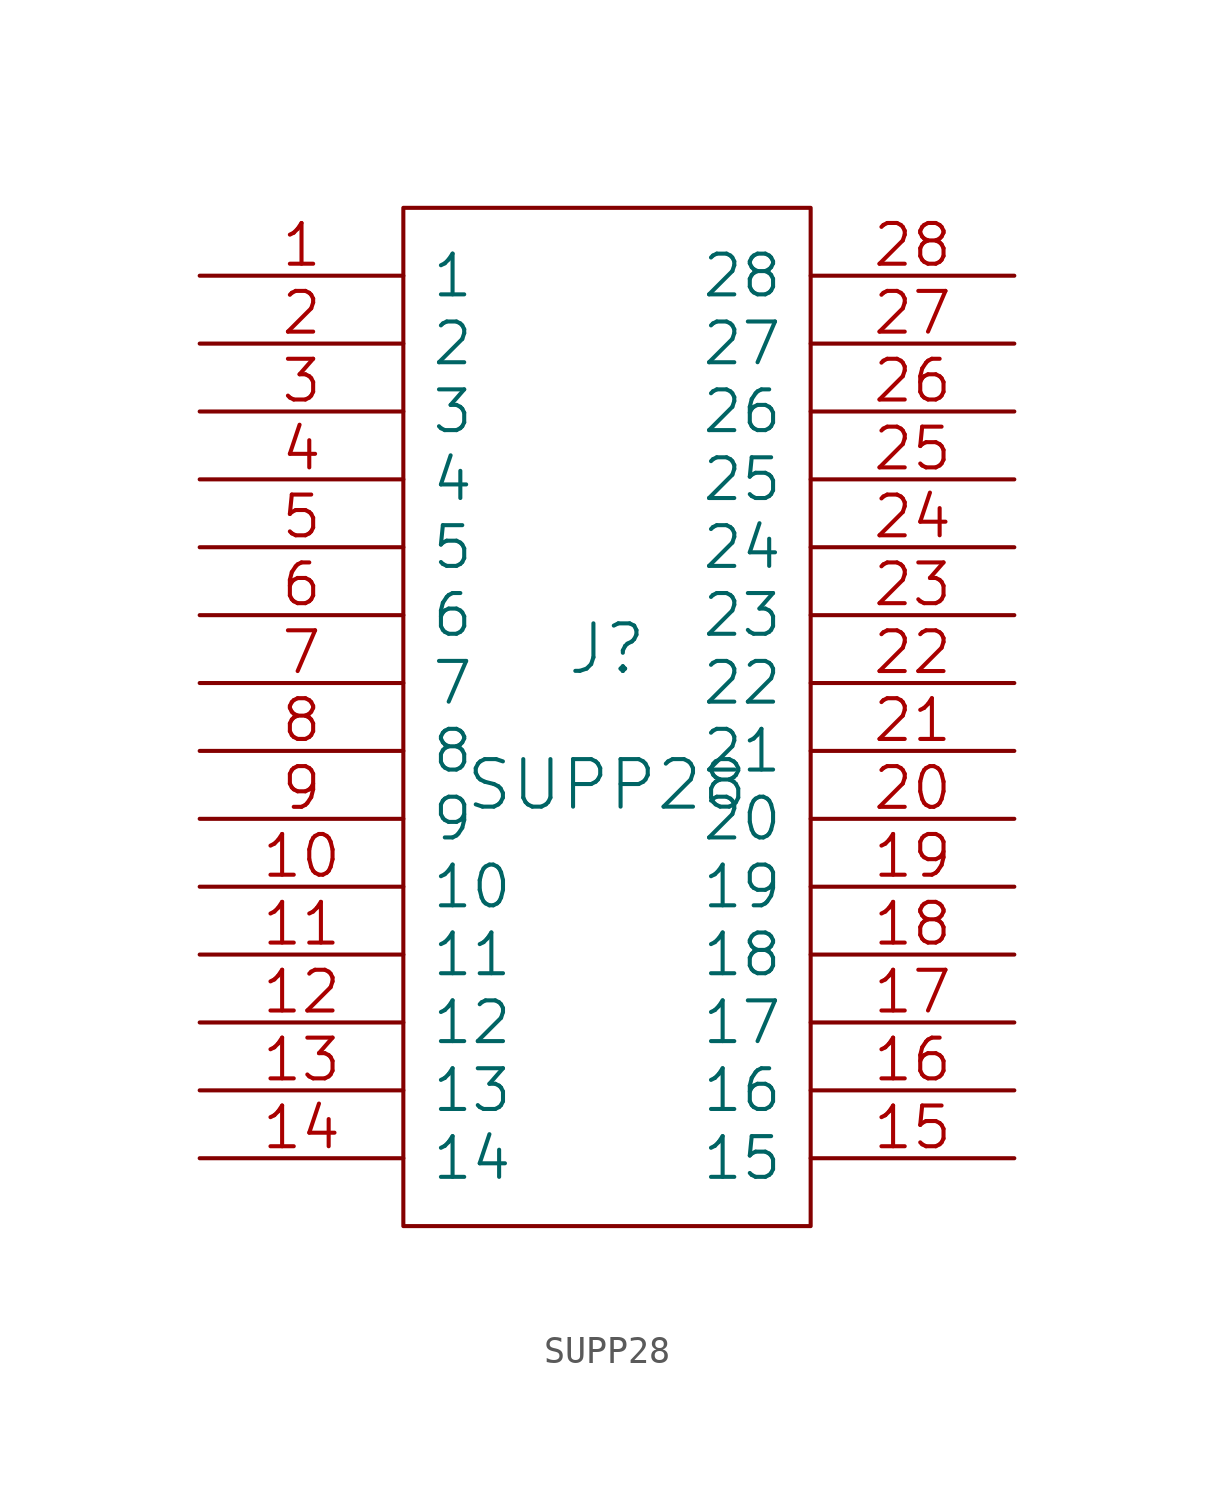
<source format=kicad_sym>
(kicad_symbol_lib
  (version 20230620)
  (generator kicad_symbol_editor)
  (symbol "SUPP28"
    (pin_names
      (offset 1.016))
    (property "Reference" "J"
      (at 0 2.54 0)
      (effects (font (size 1.778 1.778))))
    (property "Value" "SUPP28"
      (at 0 -2.54 0)
      (effects (font (size 1.778 1.778))))
    (property "Footprint" ""
      (at 0 0 0)
      (effects (font (size 1.524 1.524))))
    (property "Datasheet" ""
      (at 0 0 0)
      (effects (font (size 1.524 1.524))))
    (symbol "SUPP28_0_1"
      (rectangle (start -7.62 -19.05) (end 7.62 19.05) (stroke (width 0) (type default)) (fill (type none))))
    (symbol "SUPP28_1_1"
      (pin passive line (at -15.24 16.51 0) (length 7.62) (name "1" (effects (font (size 1.524 1.524)))) (number "1" (effects (font (size 1.524 1.524)))))
      (pin passive line (at -15.24 -6.35 0) (length 7.62) (name "10" (effects (font (size 1.524 1.524)))) (number "10" (effects (font (size 1.524 1.524)))))
      (pin passive line (at -15.24 -8.89 0) (length 7.62) (name "11" (effects (font (size 1.524 1.524)))) (number "11" (effects (font (size 1.524 1.524)))))
      (pin passive line (at -15.24 -11.43 0) (length 7.62) (name "12" (effects (font (size 1.524 1.524)))) (number "12" (effects (font (size 1.524 1.524)))))
      (pin passive line (at -15.24 -13.97 0) (length 7.62) (name "13" (effects (font (size 1.524 1.524)))) (number "13" (effects (font (size 1.524 1.524)))))
      (pin passive line (at -15.24 -16.51 0) (length 7.62) (name "14" (effects (font (size 1.524 1.524)))) (number "14" (effects (font (size 1.524 1.524)))))
      (pin passive line (at 15.24 -16.51 180) (length 7.62) (name "15" (effects (font (size 1.524 1.524)))) (number "15" (effects (font (size 1.524 1.524)))))
      (pin passive line (at 15.24 -13.97 180) (length 7.62) (name "16" (effects (font (size 1.524 1.524)))) (number "16" (effects (font (size 1.524 1.524)))))
      (pin passive line (at 15.24 -11.43 180) (length 7.62) (name "17" (effects (font (size 1.524 1.524)))) (number "17" (effects (font (size 1.524 1.524)))))
      (pin passive line (at 15.24 -8.89 180) (length 7.62) (name "18" (effects (font (size 1.524 1.524)))) (number "18" (effects (font (size 1.524 1.524)))))
      (pin passive line (at 15.24 -6.35 180) (length 7.62) (name "19" (effects (font (size 1.524 1.524)))) (number "19" (effects (font (size 1.524 1.524)))))
      (pin passive line (at -15.24 13.97 0) (length 7.62) (name "2" (effects (font (size 1.524 1.524)))) (number "2" (effects (font (size 1.524 1.524)))))
      (pin passive line (at 15.24 -3.81 180) (length 7.62) (name "20" (effects (font (size 1.524 1.524)))) (number "20" (effects (font (size 1.524 1.524)))))
      (pin passive line (at 15.24 -1.27 180) (length 7.62) (name "21" (effects (font (size 1.524 1.524)))) (number "21" (effects (font (size 1.524 1.524)))))
      (pin passive line (at 15.24 1.27 180) (length 7.62) (name "22" (effects (font (size 1.524 1.524)))) (number "22" (effects (font (size 1.524 1.524)))))
      (pin passive line (at 15.24 3.81 180) (length 7.62) (name "23" (effects (font (size 1.524 1.524)))) (number "23" (effects (font (size 1.524 1.524)))))
      (pin passive line (at 15.24 6.35 180) (length 7.62) (name "24" (effects (font (size 1.524 1.524)))) (number "24" (effects (font (size 1.524 1.524)))))
      (pin passive line (at 15.24 8.89 180) (length 7.62) (name "25" (effects (font (size 1.524 1.524)))) (number "25" (effects (font (size 1.524 1.524)))))
      (pin passive line (at 15.24 11.43 180) (length 7.62) (name "26" (effects (font (size 1.524 1.524)))) (number "26" (effects (font (size 1.524 1.524)))))
      (pin passive line (at 15.24 13.97 180) (length 7.62) (name "27" (effects (font (size 1.524 1.524)))) (number "27" (effects (font (size 1.524 1.524)))))
      (pin passive line (at 15.24 16.51 180) (length 7.62) (name "28" (effects (font (size 1.524 1.524)))) (number "28" (effects (font (size 1.524 1.524)))))
      (pin passive line (at -15.24 11.43 0) (length 7.62) (name "3" (effects (font (size 1.524 1.524)))) (number "3" (effects (font (size 1.524 1.524)))))
      (pin passive line (at -15.24 8.89 0) (length 7.62) (name "4" (effects (font (size 1.524 1.524)))) (number "4" (effects (font (size 1.524 1.524)))))
      (pin passive line (at -15.24 6.35 0) (length 7.62) (name "5" (effects (font (size 1.524 1.524)))) (number "5" (effects (font (size 1.524 1.524)))))
      (pin passive line (at -15.24 3.81 0) (length 7.62) (name "6" (effects (font (size 1.524 1.524)))) (number "6" (effects (font (size 1.524 1.524)))))
      (pin passive line (at -15.24 1.27 0) (length 7.62) (name "7" (effects (font (size 1.524 1.524)))) (number "7" (effects (font (size 1.524 1.524)))))
      (pin passive line (at -15.24 -1.27 0) (length 7.62) (name "8" (effects (font (size 1.524 1.524)))) (number "8" (effects (font (size 1.524 1.524)))))
      (pin passive line (at -15.24 -3.81 0) (length 7.62) (name "9" (effects (font (size 1.524 1.524)))) (number "9" (effects (font (size 1.524 1.524))))))))
</source>
